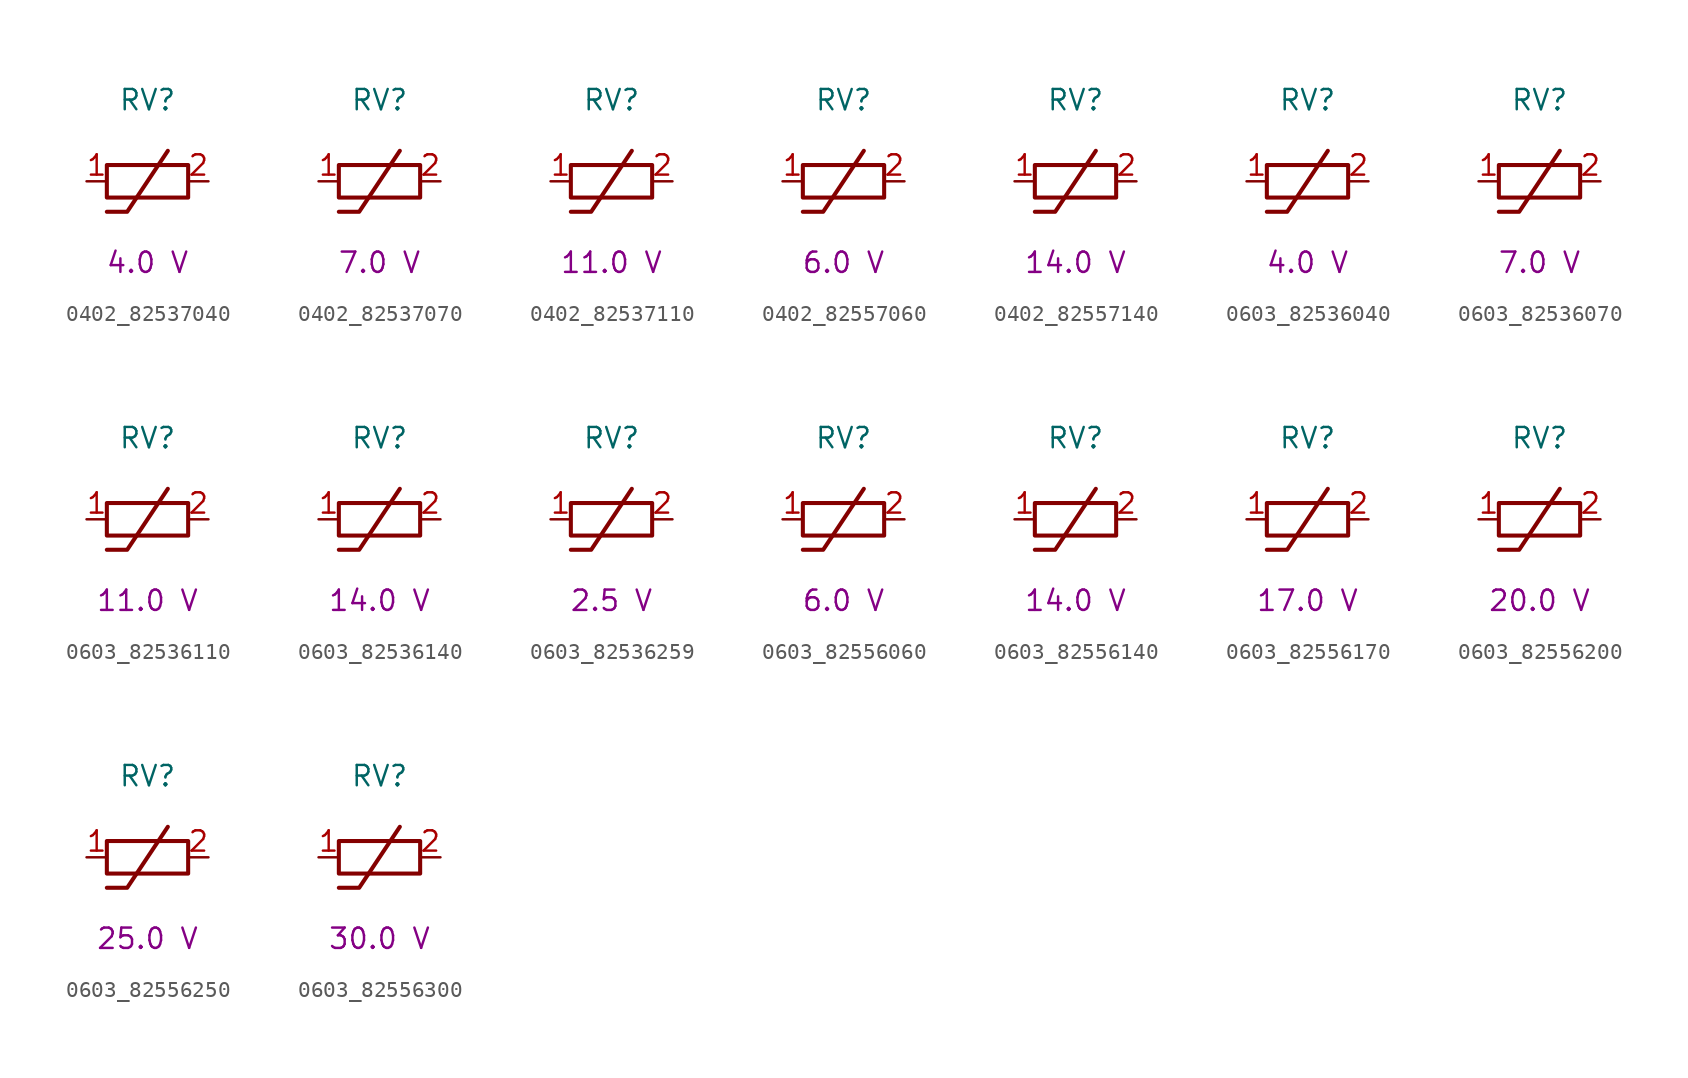
<source format=kicad_sym>
(kicad_symbol_lib
  (version 20220914)
  (generator kicad_symbol_editor)
  (symbol "0402_82537040"
    (pin_names hide)
    (property "Reference" "RV"
      (at 0 5.08 0)
      (effects (font (size 1.27 1.27))))
    (property "Critical Parameter" "4.0 V"
      (at 0 -5.08 0)
      (effects (font (size 1.27 1.27))))
    (symbol "0402_82537040_0_1"
      (rectangle (start -2.54 1.016) (end 2.54 -1.016) (stroke (width 0.254) (type default)) (fill (type none))))
    (symbol "0402_82537040_1_1"
      (polyline (pts (xy -2.54 -1.905) (xy -1.27 -1.905) (xy 1.27 1.905)) (stroke (width 0.254) (type default)) (fill (type none)))
      (pin passive line (at -3.81 0 0) (length 1.27) (name "~" (effects (font (size 1.27 1.27)))) (number "1" (effects (font (size 1.27 1.27)))))
      (pin passive line (at 3.81 0 180) (length 1.27) (name "~" (effects (font (size 1.27 1.27)))) (number "2" (effects (font (size 1.27 1.27)))))))
  (symbol "0402_82537070"
    (pin_names hide)
    (property "Reference" "RV"
      (at 0 5.08 0)
      (effects (font (size 1.27 1.27))))
    (property "Critical Parameter" "7.0 V"
      (at 0 -5.08 0)
      (effects (font (size 1.27 1.27))))
    (symbol "0402_82537070_0_1"
      (rectangle (start -2.54 1.016) (end 2.54 -1.016) (stroke (width 0.254) (type default)) (fill (type none))))
    (symbol "0402_82537070_1_1"
      (polyline (pts (xy -2.54 -1.905) (xy -1.27 -1.905) (xy 1.27 1.905)) (stroke (width 0.254) (type default)) (fill (type none)))
      (pin passive line (at -3.81 0 0) (length 1.27) (name "~" (effects (font (size 1.27 1.27)))) (number "1" (effects (font (size 1.27 1.27)))))
      (pin passive line (at 3.81 0 180) (length 1.27) (name "~" (effects (font (size 1.27 1.27)))) (number "2" (effects (font (size 1.27 1.27)))))))
  (symbol "0402_82537110"
    (pin_names hide)
    (property "Reference" "RV"
      (at 0 5.08 0)
      (effects (font (size 1.27 1.27))))
    (property "Critical Parameter" "11.0 V"
      (at 0 -5.08 0)
      (effects (font (size 1.27 1.27))))
    (symbol "0402_82537110_0_1"
      (rectangle (start -2.54 1.016) (end 2.54 -1.016) (stroke (width 0.254) (type default)) (fill (type none))))
    (symbol "0402_82537110_1_1"
      (polyline (pts (xy -2.54 -1.905) (xy -1.27 -1.905) (xy 1.27 1.905)) (stroke (width 0.254) (type default)) (fill (type none)))
      (pin passive line (at -3.81 0 0) (length 1.27) (name "~" (effects (font (size 1.27 1.27)))) (number "1" (effects (font (size 1.27 1.27)))))
      (pin passive line (at 3.81 0 180) (length 1.27) (name "~" (effects (font (size 1.27 1.27)))) (number "2" (effects (font (size 1.27 1.27)))))))
  (symbol "0402_82557060"
    (pin_names hide)
    (property "Reference" "RV"
      (at 0 5.08 0)
      (effects (font (size 1.27 1.27))))
    (property "Critical Parameter" "6.0 V"
      (at 0 -5.08 0)
      (effects (font (size 1.27 1.27))))
    (symbol "0402_82557060_0_1"
      (rectangle (start -2.54 1.016) (end 2.54 -1.016) (stroke (width 0.254) (type default)) (fill (type none))))
    (symbol "0402_82557060_1_1"
      (polyline (pts (xy -2.54 -1.905) (xy -1.27 -1.905) (xy 1.27 1.905)) (stroke (width 0.254) (type default)) (fill (type none)))
      (pin passive line (at -3.81 0 0) (length 1.27) (name "~" (effects (font (size 1.27 1.27)))) (number "1" (effects (font (size 1.27 1.27)))))
      (pin passive line (at 3.81 0 180) (length 1.27) (name "~" (effects (font (size 1.27 1.27)))) (number "2" (effects (font (size 1.27 1.27)))))))
  (symbol "0402_82557140"
    (pin_names hide)
    (property "Reference" "RV"
      (at 0 5.08 0)
      (effects (font (size 1.27 1.27))))
    (property "Critical Parameter" "14.0 V"
      (at 0 -5.08 0)
      (effects (font (size 1.27 1.27))))
    (symbol "0402_82557140_0_1"
      (rectangle (start -2.54 1.016) (end 2.54 -1.016) (stroke (width 0.254) (type default)) (fill (type none))))
    (symbol "0402_82557140_1_1"
      (polyline (pts (xy -2.54 -1.905) (xy -1.27 -1.905) (xy 1.27 1.905)) (stroke (width 0.254) (type default)) (fill (type none)))
      (pin passive line (at -3.81 0 0) (length 1.27) (name "~" (effects (font (size 1.27 1.27)))) (number "1" (effects (font (size 1.27 1.27)))))
      (pin passive line (at 3.81 0 180) (length 1.27) (name "~" (effects (font (size 1.27 1.27)))) (number "2" (effects (font (size 1.27 1.27)))))))
  (symbol "0603_82536040"
    (pin_names hide)
    (property "Reference" "RV"
      (at 0 5.08 0)
      (effects (font (size 1.27 1.27))))
    (property "Critical Parameter" "4.0 V"
      (at 0 -5.08 0)
      (effects (font (size 1.27 1.27))))
    (symbol "0603_82536040_0_1"
      (rectangle (start -2.54 1.016) (end 2.54 -1.016) (stroke (width 0.254) (type default)) (fill (type none))))
    (symbol "0603_82536040_1_1"
      (polyline (pts (xy -2.54 -1.905) (xy -1.27 -1.905) (xy 1.27 1.905)) (stroke (width 0.254) (type default)) (fill (type none)))
      (pin passive line (at -3.81 0 0) (length 1.27) (name "~" (effects (font (size 1.27 1.27)))) (number "1" (effects (font (size 1.27 1.27)))))
      (pin passive line (at 3.81 0 180) (length 1.27) (name "~" (effects (font (size 1.27 1.27)))) (number "2" (effects (font (size 1.27 1.27)))))))
  (symbol "0603_82536070"
    (pin_names hide)
    (property "Reference" "RV"
      (at 0 5.08 0)
      (effects (font (size 1.27 1.27))))
    (property "Critical Parameter" "7.0 V"
      (at 0 -5.08 0)
      (effects (font (size 1.27 1.27))))
    (symbol "0603_82536070_0_1"
      (rectangle (start -2.54 1.016) (end 2.54 -1.016) (stroke (width 0.254) (type default)) (fill (type none))))
    (symbol "0603_82536070_1_1"
      (polyline (pts (xy -2.54 -1.905) (xy -1.27 -1.905) (xy 1.27 1.905)) (stroke (width 0.254) (type default)) (fill (type none)))
      (pin passive line (at -3.81 0 0) (length 1.27) (name "~" (effects (font (size 1.27 1.27)))) (number "1" (effects (font (size 1.27 1.27)))))
      (pin passive line (at 3.81 0 180) (length 1.27) (name "~" (effects (font (size 1.27 1.27)))) (number "2" (effects (font (size 1.27 1.27)))))))
  (symbol "0603_82536110"
    (pin_names hide)
    (property "Reference" "RV"
      (at 0 5.08 0)
      (effects (font (size 1.27 1.27))))
    (property "Critical Parameter" "11.0 V"
      (at 0 -5.08 0)
      (effects (font (size 1.27 1.27))))
    (symbol "0603_82536110_0_1"
      (rectangle (start -2.54 1.016) (end 2.54 -1.016) (stroke (width 0.254) (type default)) (fill (type none))))
    (symbol "0603_82536110_1_1"
      (polyline (pts (xy -2.54 -1.905) (xy -1.27 -1.905) (xy 1.27 1.905)) (stroke (width 0.254) (type default)) (fill (type none)))
      (pin passive line (at -3.81 0 0) (length 1.27) (name "~" (effects (font (size 1.27 1.27)))) (number "1" (effects (font (size 1.27 1.27)))))
      (pin passive line (at 3.81 0 180) (length 1.27) (name "~" (effects (font (size 1.27 1.27)))) (number "2" (effects (font (size 1.27 1.27)))))))
  (symbol "0603_82536140"
    (pin_names hide)
    (property "Reference" "RV"
      (at 0 5.08 0)
      (effects (font (size 1.27 1.27))))
    (property "Critical Parameter" "14.0 V"
      (at 0 -5.08 0)
      (effects (font (size 1.27 1.27))))
    (symbol "0603_82536140_0_1"
      (rectangle (start -2.54 1.016) (end 2.54 -1.016) (stroke (width 0.254) (type default)) (fill (type none))))
    (symbol "0603_82536140_1_1"
      (polyline (pts (xy -2.54 -1.905) (xy -1.27 -1.905) (xy 1.27 1.905)) (stroke (width 0.254) (type default)) (fill (type none)))
      (pin passive line (at -3.81 0 0) (length 1.27) (name "~" (effects (font (size 1.27 1.27)))) (number "1" (effects (font (size 1.27 1.27)))))
      (pin passive line (at 3.81 0 180) (length 1.27) (name "~" (effects (font (size 1.27 1.27)))) (number "2" (effects (font (size 1.27 1.27)))))))
  (symbol "0603_82536259"
    (pin_names hide)
    (property "Reference" "RV"
      (at 0 5.08 0)
      (effects (font (size 1.27 1.27))))
    (property "Critical Parameter" "2.5 V"
      (at 0 -5.08 0)
      (effects (font (size 1.27 1.27))))
    (symbol "0603_82536259_0_1"
      (rectangle (start -2.54 1.016) (end 2.54 -1.016) (stroke (width 0.254) (type default)) (fill (type none))))
    (symbol "0603_82536259_1_1"
      (polyline (pts (xy -2.54 -1.905) (xy -1.27 -1.905) (xy 1.27 1.905)) (stroke (width 0.254) (type default)) (fill (type none)))
      (pin passive line (at -3.81 0 0) (length 1.27) (name "~" (effects (font (size 1.27 1.27)))) (number "1" (effects (font (size 1.27 1.27)))))
      (pin passive line (at 3.81 0 180) (length 1.27) (name "~" (effects (font (size 1.27 1.27)))) (number "2" (effects (font (size 1.27 1.27)))))))
  (symbol "0603_82556060"
    (pin_names hide)
    (property "Reference" "RV"
      (at 0 5.08 0)
      (effects (font (size 1.27 1.27))))
    (property "Critical Parameter" "6.0 V"
      (at 0 -5.08 0)
      (effects (font (size 1.27 1.27))))
    (symbol "0603_82556060_0_1"
      (rectangle (start -2.54 1.016) (end 2.54 -1.016) (stroke (width 0.254) (type default)) (fill (type none))))
    (symbol "0603_82556060_1_1"
      (polyline (pts (xy -2.54 -1.905) (xy -1.27 -1.905) (xy 1.27 1.905)) (stroke (width 0.254) (type default)) (fill (type none)))
      (pin passive line (at -3.81 0 0) (length 1.27) (name "~" (effects (font (size 1.27 1.27)))) (number "1" (effects (font (size 1.27 1.27)))))
      (pin passive line (at 3.81 0 180) (length 1.27) (name "~" (effects (font (size 1.27 1.27)))) (number "2" (effects (font (size 1.27 1.27)))))))
  (symbol "0603_82556140"
    (pin_names hide)
    (property "Reference" "RV"
      (at 0 5.08 0)
      (effects (font (size 1.27 1.27))))
    (property "Critical Parameter" "14.0 V"
      (at 0 -5.08 0)
      (effects (font (size 1.27 1.27))))
    (symbol "0603_82556140_0_1"
      (rectangle (start -2.54 1.016) (end 2.54 -1.016) (stroke (width 0.254) (type default)) (fill (type none))))
    (symbol "0603_82556140_1_1"
      (polyline (pts (xy -2.54 -1.905) (xy -1.27 -1.905) (xy 1.27 1.905)) (stroke (width 0.254) (type default)) (fill (type none)))
      (pin passive line (at -3.81 0 0) (length 1.27) (name "~" (effects (font (size 1.27 1.27)))) (number "1" (effects (font (size 1.27 1.27)))))
      (pin passive line (at 3.81 0 180) (length 1.27) (name "~" (effects (font (size 1.27 1.27)))) (number "2" (effects (font (size 1.27 1.27)))))))
  (symbol "0603_82556170"
    (pin_names hide)
    (property "Reference" "RV"
      (at 0 5.08 0)
      (effects (font (size 1.27 1.27))))
    (property "Critical Parameter" "17.0 V"
      (at 0 -5.08 0)
      (effects (font (size 1.27 1.27))))
    (symbol "0603_82556170_0_1"
      (rectangle (start -2.54 1.016) (end 2.54 -1.016) (stroke (width 0.254) (type default)) (fill (type none))))
    (symbol "0603_82556170_1_1"
      (polyline (pts (xy -2.54 -1.905) (xy -1.27 -1.905) (xy 1.27 1.905)) (stroke (width 0.254) (type default)) (fill (type none)))
      (pin passive line (at -3.81 0 0) (length 1.27) (name "~" (effects (font (size 1.27 1.27)))) (number "1" (effects (font (size 1.27 1.27)))))
      (pin passive line (at 3.81 0 180) (length 1.27) (name "~" (effects (font (size 1.27 1.27)))) (number "2" (effects (font (size 1.27 1.27)))))))
  (symbol "0603_82556200"
    (pin_names hide)
    (property "Reference" "RV"
      (at 0 5.08 0)
      (effects (font (size 1.27 1.27))))
    (property "Critical Parameter" "20.0 V"
      (at 0 -5.08 0)
      (effects (font (size 1.27 1.27))))
    (symbol "0603_82556200_0_1"
      (rectangle (start -2.54 1.016) (end 2.54 -1.016) (stroke (width 0.254) (type default)) (fill (type none))))
    (symbol "0603_82556200_1_1"
      (polyline (pts (xy -2.54 -1.905) (xy -1.27 -1.905) (xy 1.27 1.905)) (stroke (width 0.254) (type default)) (fill (type none)))
      (pin passive line (at -3.81 0 0) (length 1.27) (name "~" (effects (font (size 1.27 1.27)))) (number "1" (effects (font (size 1.27 1.27)))))
      (pin passive line (at 3.81 0 180) (length 1.27) (name "~" (effects (font (size 1.27 1.27)))) (number "2" (effects (font (size 1.27 1.27)))))))
  (symbol "0603_82556250"
    (pin_names hide)
    (property "Reference" "RV"
      (at 0 5.08 0)
      (effects (font (size 1.27 1.27))))
    (property "Critical Parameter" "25.0 V"
      (at 0 -5.08 0)
      (effects (font (size 1.27 1.27))))
    (symbol "0603_82556250_0_1"
      (rectangle (start -2.54 1.016) (end 2.54 -1.016) (stroke (width 0.254) (type default)) (fill (type none))))
    (symbol "0603_82556250_1_1"
      (polyline (pts (xy -2.54 -1.905) (xy -1.27 -1.905) (xy 1.27 1.905)) (stroke (width 0.254) (type default)) (fill (type none)))
      (pin passive line (at -3.81 0 0) (length 1.27) (name "~" (effects (font (size 1.27 1.27)))) (number "1" (effects (font (size 1.27 1.27)))))
      (pin passive line (at 3.81 0 180) (length 1.27) (name "~" (effects (font (size 1.27 1.27)))) (number "2" (effects (font (size 1.27 1.27)))))))
  (symbol "0603_82556300"
    (pin_names hide)
    (property "Reference" "RV"
      (at 0 5.08 0)
      (effects (font (size 1.27 1.27))))
    (property "Critical Parameter" "30.0 V"
      (at 0 -5.08 0)
      (effects (font (size 1.27 1.27))))
    (symbol "0603_82556300_0_1"
      (rectangle (start -2.54 1.016) (end 2.54 -1.016) (stroke (width 0.254) (type default)) (fill (type none))))
    (symbol "0603_82556300_1_1"
      (polyline (pts (xy -2.54 -1.905) (xy -1.27 -1.905) (xy 1.27 1.905)) (stroke (width 0.254) (type default)) (fill (type none)))
      (pin passive line (at -3.81 0 0) (length 1.27) (name "~" (effects (font (size 1.27 1.27)))) (number "1" (effects (font (size 1.27 1.27)))))
      (pin passive line (at 3.81 0 180) (length 1.27) (name "~" (effects (font (size 1.27 1.27)))) (number "2" (effects (font (size 1.27 1.27))))))))
</source>
